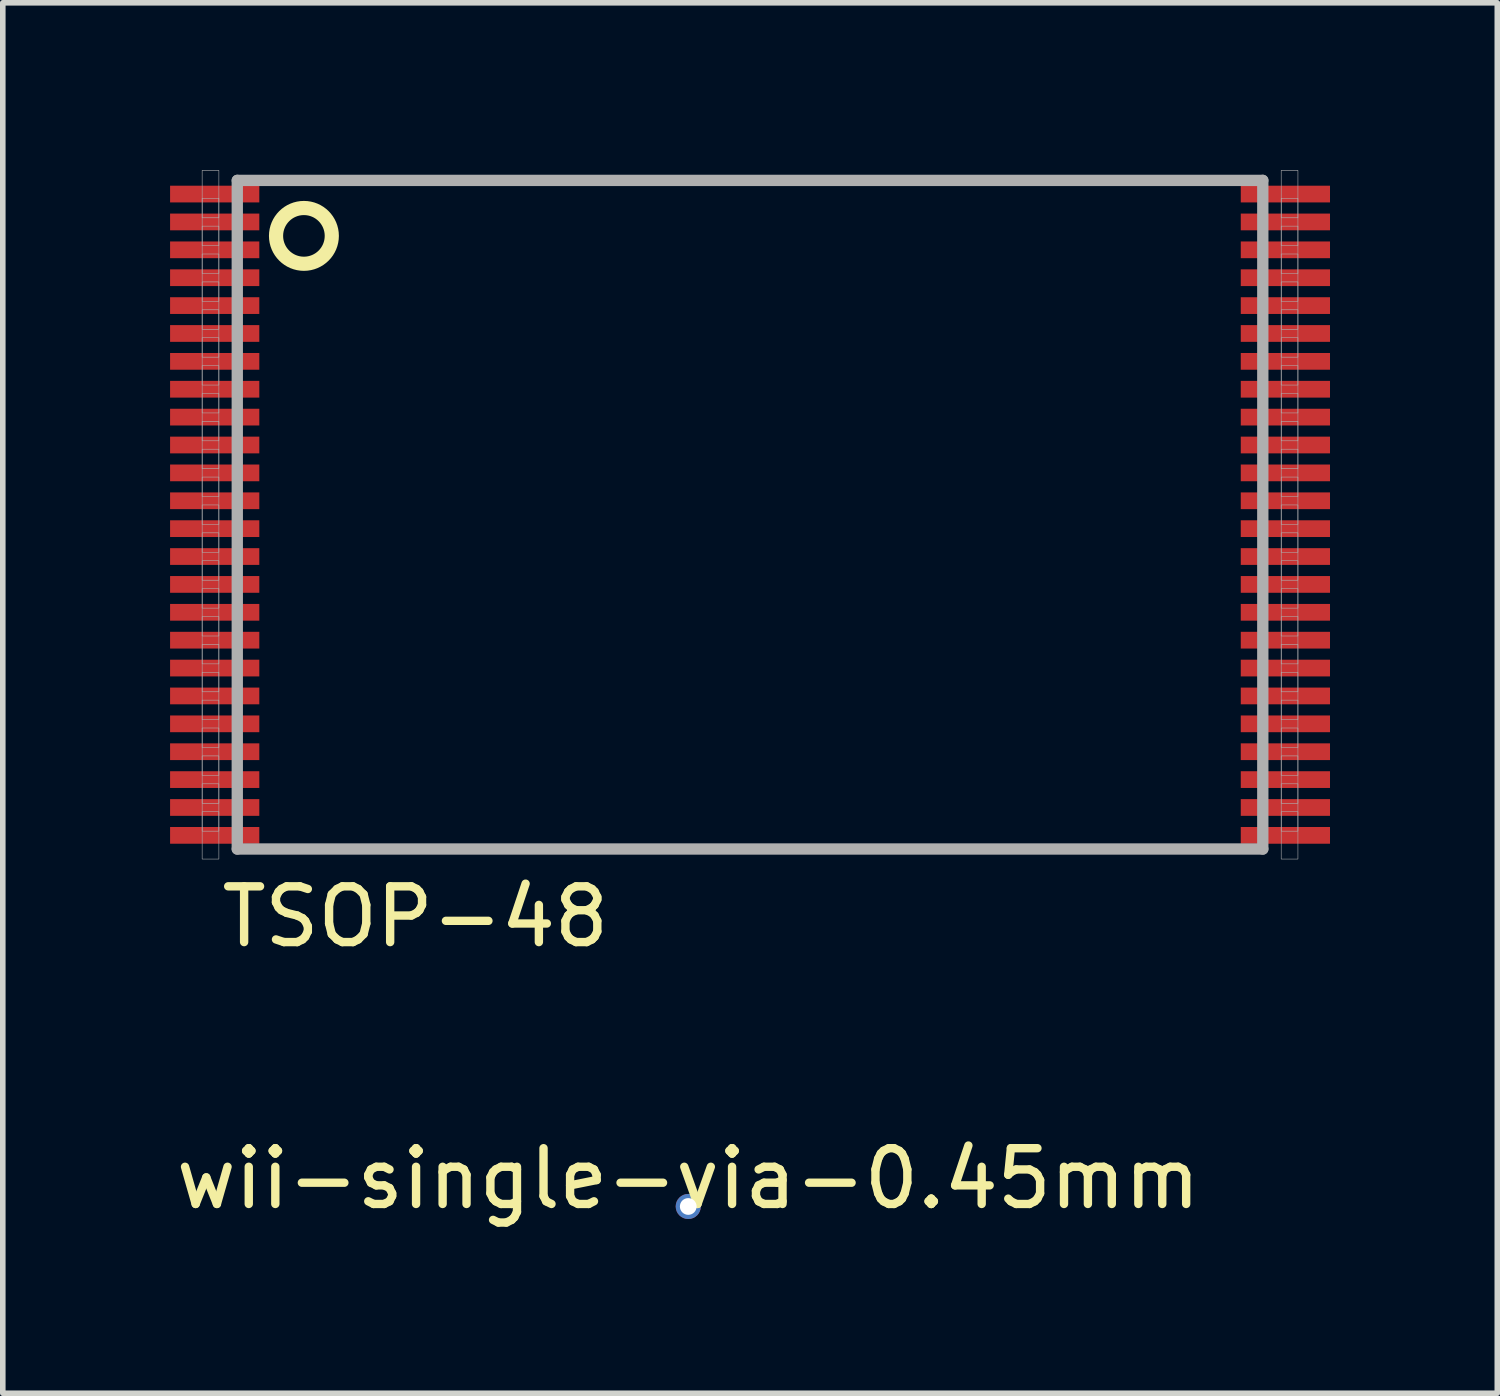
<source format=kicad_pcb>
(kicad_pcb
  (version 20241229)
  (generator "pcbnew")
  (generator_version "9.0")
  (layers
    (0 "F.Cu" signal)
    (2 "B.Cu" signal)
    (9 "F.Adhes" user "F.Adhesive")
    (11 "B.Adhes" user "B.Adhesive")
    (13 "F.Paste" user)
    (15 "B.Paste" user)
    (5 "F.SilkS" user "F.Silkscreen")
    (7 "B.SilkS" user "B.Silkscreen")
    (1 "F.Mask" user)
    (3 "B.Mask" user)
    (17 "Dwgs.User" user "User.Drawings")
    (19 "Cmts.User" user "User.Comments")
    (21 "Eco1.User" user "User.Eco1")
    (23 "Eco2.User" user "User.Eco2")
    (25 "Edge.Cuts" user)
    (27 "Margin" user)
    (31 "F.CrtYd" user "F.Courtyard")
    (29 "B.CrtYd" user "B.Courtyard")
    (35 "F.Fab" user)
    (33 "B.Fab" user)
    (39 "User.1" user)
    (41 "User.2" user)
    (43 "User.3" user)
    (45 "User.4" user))
  (footprint "TSOP-48"
    (layer "F.Cu")
    (at 11.13 6.15)
    (property "Reference" "TSOP-48" (at -6.731 7.239 0) (layer "F.SilkS") (effects (font (size 1 1) (thickness 0.15))))
    (attr through_hole)
    (fp_circle (center -8.73 -4.97) (end -8.23 -4.97) (stroke (width 0.254) (type solid)) (fill no) (layer "F.SilkS"))
    (fp_line (start -9.925 -5.965) (end 8.465 -5.965) (stroke (width 0.203) (type solid)) (layer "F.Fab"))
    (fp_line (start -9.925 6.025) (end -9.925 -5.965) (stroke (width 0.203) (type solid)) (layer "F.Fab"))
    (fp_line (start 8.465 -5.965) (end 8.465 6.025) (stroke (width 0.203) (type solid)) (layer "F.Fab"))
    (fp_line (start 8.465 6.025) (end -9.925 6.025) (stroke (width 0.203) (type solid)) (layer "F.Fab"))
    (fp_poly (pts (xy -10.555 -6.145) (xy -10.255 -6.145) (xy -10.255 -5.295) (xy -10.555 -5.295)) (stroke (width 0.01) (type solid)) (fill no) (layer "F.Fab"))
    (fp_poly (pts (xy -10.555 -5.645) (xy -10.255 -5.645) (xy -10.255 -4.795) (xy -10.555 -4.795)) (stroke (width 0.01) (type solid)) (fill no) (layer "F.Fab"))
    (fp_poly (pts (xy -10.555 -5.145) (xy -10.255 -5.145) (xy -10.255 -4.295) (xy -10.555 -4.295)) (stroke (width 0.01) (type solid)) (fill no) (layer "F.Fab"))
    (fp_poly (pts (xy -10.555 -4.645) (xy -10.255 -4.645) (xy -10.255 -3.795) (xy -10.555 -3.795)) (stroke (width 0.01) (type solid)) (fill no) (layer "F.Fab"))
    (fp_poly (pts (xy -10.555 -4.145) (xy -10.255 -4.145) (xy -10.255 -3.295) (xy -10.555 -3.295)) (stroke (width 0.01) (type solid)) (fill no) (layer "F.Fab"))
    (fp_poly (pts (xy -10.555 -3.645) (xy -10.255 -3.645) (xy -10.255 -2.795) (xy -10.555 -2.795)) (stroke (width 0.01) (type solid)) (fill no) (layer "F.Fab"))
    (fp_poly (pts (xy -10.555 -3.145) (xy -10.255 -3.145) (xy -10.255 -2.295) (xy -10.555 -2.295)) (stroke (width 0.01) (type solid)) (fill no) (layer "F.Fab"))
    (fp_poly (pts (xy -10.555 -2.645) (xy -10.255 -2.645) (xy -10.255 -1.795) (xy -10.555 -1.795)) (stroke (width 0.01) (type solid)) (fill no) (layer "F.Fab"))
    (fp_poly (pts (xy -10.555 -2.145) (xy -10.255 -2.145) (xy -10.255 -1.295) (xy -10.555 -1.295)) (stroke (width 0.01) (type solid)) (fill no) (layer "F.Fab"))
    (fp_poly (pts (xy -10.555 -1.645) (xy -10.255 -1.645) (xy -10.255 -0.795) (xy -10.555 -0.795)) (stroke (width 0.01) (type solid)) (fill no) (layer "F.Fab"))
    (fp_poly (pts (xy -10.555 -1.145) (xy -10.255 -1.145) (xy -10.255 -0.295) (xy -10.555 -0.295)) (stroke (width 0.01) (type solid)) (fill no) (layer "F.Fab"))
    (fp_poly (pts (xy -10.555 -0.645) (xy -10.255 -0.645) (xy -10.255 0.205) (xy -10.555 0.205)) (stroke (width 0.01) (type solid)) (fill no) (layer "F.Fab"))
    (fp_poly (pts (xy -10.555 -0.145) (xy -10.255 -0.145) (xy -10.255 0.705) (xy -10.555 0.705)) (stroke (width 0.01) (type solid)) (fill no) (layer "F.Fab"))
    (fp_poly (pts (xy -10.555 0.355) (xy -10.255 0.355) (xy -10.255 1.205) (xy -10.555 1.205)) (stroke (width 0.01) (type solid)) (fill no) (layer "F.Fab"))
    (fp_poly (pts (xy -10.555 0.855) (xy -10.255 0.855) (xy -10.255 1.705) (xy -10.555 1.705)) (stroke (width 0.01) (type solid)) (fill no) (layer "F.Fab"))
    (fp_poly (pts (xy -10.555 1.355) (xy -10.255 1.355) (xy -10.255 2.205) (xy -10.555 2.205)) (stroke (width 0.01) (type solid)) (fill no) (layer "F.Fab"))
    (fp_poly (pts (xy -10.555 1.855) (xy -10.255 1.855) (xy -10.255 2.705) (xy -10.555 2.705)) (stroke (width 0.01) (type solid)) (fill no) (layer "F.Fab"))
    (fp_poly (pts (xy -10.555 2.355) (xy -10.255 2.355) (xy -10.255 3.205) (xy -10.555 3.205)) (stroke (width 0.01) (type solid)) (fill no) (layer "F.Fab"))
    (fp_poly (pts (xy -10.555 2.855) (xy -10.255 2.855) (xy -10.255 3.705) (xy -10.555 3.705)) (stroke (width 0.01) (type solid)) (fill no) (layer "F.Fab"))
    (fp_poly (pts (xy -10.555 3.355) (xy -10.255 3.355) (xy -10.255 4.205) (xy -10.555 4.205)) (stroke (width 0.01) (type solid)) (fill no) (layer "F.Fab"))
    (fp_poly (pts (xy -10.555 3.855) (xy -10.255 3.855) (xy -10.255 4.705) (xy -10.555 4.705)) (stroke (width 0.01) (type solid)) (fill no) (layer "F.Fab"))
    (fp_poly (pts (xy -10.555 4.355) (xy -10.255 4.355) (xy -10.255 5.205) (xy -10.555 5.205)) (stroke (width 0.01) (type solid)) (fill no) (layer "F.Fab"))
    (fp_poly (pts (xy -10.555 4.855) (xy -10.255 4.855) (xy -10.255 5.705) (xy -10.555 5.705)) (stroke (width 0.01) (type solid)) (fill no) (layer "F.Fab"))
    (fp_poly (pts (xy -10.555 5.355) (xy -10.255 5.355) (xy -10.255 6.205) (xy -10.555 6.205)) (stroke (width 0.01) (type solid)) (fill no) (layer "F.Fab"))
    (fp_poly (pts (xy 8.795 -6.145) (xy 9.095 -6.145) (xy 9.095 -5.295) (xy 8.795 -5.295)) (stroke (width 0.01) (type solid)) (fill no) (layer "F.Fab"))
    (fp_poly (pts (xy 8.795 -5.645) (xy 9.095 -5.645) (xy 9.095 -4.795) (xy 8.795 -4.795)) (stroke (width 0.01) (type solid)) (fill no) (layer "F.Fab"))
    (fp_poly (pts (xy 8.795 -5.145) (xy 9.095 -5.145) (xy 9.095 -4.295) (xy 8.795 -4.295)) (stroke (width 0.01) (type solid)) (fill no) (layer "F.Fab"))
    (fp_poly (pts (xy 8.795 -4.645) (xy 9.095 -4.645) (xy 9.095 -3.795) (xy 8.795 -3.795)) (stroke (width 0.01) (type solid)) (fill no) (layer "F.Fab"))
    (fp_poly (pts (xy 8.795 -4.145) (xy 9.095 -4.145) (xy 9.095 -3.295) (xy 8.795 -3.295)) (stroke (width 0.01) (type solid)) (fill no) (layer "F.Fab"))
    (fp_poly (pts (xy 8.795 -3.645) (xy 9.095 -3.645) (xy 9.095 -2.795) (xy 8.795 -2.795)) (stroke (width 0.01) (type solid)) (fill no) (layer "F.Fab"))
    (fp_poly (pts (xy 8.795 -3.145) (xy 9.095 -3.145) (xy 9.095 -2.295) (xy 8.795 -2.295)) (stroke (width 0.01) (type solid)) (fill no) (layer "F.Fab"))
    (fp_poly (pts (xy 8.795 -2.645) (xy 9.095 -2.645) (xy 9.095 -1.795) (xy 8.795 -1.795)) (stroke (width 0.01) (type solid)) (fill no) (layer "F.Fab"))
    (fp_poly (pts (xy 8.795 -2.145) (xy 9.095 -2.145) (xy 9.095 -1.295) (xy 8.795 -1.295)) (stroke (width 0.01) (type solid)) (fill no) (layer "F.Fab"))
    (fp_poly (pts (xy 8.795 -1.645) (xy 9.095 -1.645) (xy 9.095 -0.795) (xy 8.795 -0.795)) (stroke (width 0.01) (type solid)) (fill no) (layer "F.Fab"))
    (fp_poly (pts (xy 8.795 -1.145) (xy 9.095 -1.145) (xy 9.095 -0.295) (xy 8.795 -0.295)) (stroke (width 0.01) (type solid)) (fill no) (layer "F.Fab"))
    (fp_poly (pts (xy 8.795 -0.645) (xy 9.095 -0.645) (xy 9.095 0.205) (xy 8.795 0.205)) (stroke (width 0.01) (type solid)) (fill no) (layer "F.Fab"))
    (fp_poly (pts (xy 8.795 -0.145) (xy 9.095 -0.145) (xy 9.095 0.705) (xy 8.795 0.705)) (stroke (width 0.01) (type solid)) (fill no) (layer "F.Fab"))
    (fp_poly (pts (xy 8.795 0.355) (xy 9.095 0.355) (xy 9.095 1.205) (xy 8.795 1.205)) (stroke (width 0.01) (type solid)) (fill no) (layer "F.Fab"))
    (fp_poly (pts (xy 8.795 0.855) (xy 9.095 0.855) (xy 9.095 1.705) (xy 8.795 1.705)) (stroke (width 0.01) (type solid)) (fill no) (layer "F.Fab"))
    (fp_poly (pts (xy 8.795 1.355) (xy 9.095 1.355) (xy 9.095 2.205) (xy 8.795 2.205)) (stroke (width 0.01) (type solid)) (fill no) (layer "F.Fab"))
    (fp_poly (pts (xy 8.795 1.855) (xy 9.095 1.855) (xy 9.095 2.705) (xy 8.795 2.705)) (stroke (width 0.01) (type solid)) (fill no) (layer "F.Fab"))
    (fp_poly (pts (xy 8.795 2.355) (xy 9.095 2.355) (xy 9.095 3.205) (xy 8.795 3.205)) (stroke (width 0.01) (type solid)) (fill no) (layer "F.Fab"))
    (fp_poly (pts (xy 8.795 2.855) (xy 9.095 2.855) (xy 9.095 3.705) (xy 8.795 3.705)) (stroke (width 0.01) (type solid)) (fill no) (layer "F.Fab"))
    (fp_poly (pts (xy 8.795 3.355) (xy 9.095 3.355) (xy 9.095 4.205) (xy 8.795 4.205)) (stroke (width 0.01) (type solid)) (fill no) (layer "F.Fab"))
    (fp_poly (pts (xy 8.795 3.855) (xy 9.095 3.855) (xy 9.095 4.705) (xy 8.795 4.705)) (stroke (width 0.01) (type solid)) (fill no) (layer "F.Fab"))
    (fp_poly (pts (xy 8.795 4.355) (xy 9.095 4.355) (xy 9.095 5.205) (xy 8.795 5.205)) (stroke (width 0.01) (type solid)) (fill no) (layer "F.Fab"))
    (fp_poly (pts (xy 8.795 4.855) (xy 9.095 4.855) (xy 9.095 5.705) (xy 8.795 5.705)) (stroke (width 0.01) (type solid)) (fill no) (layer "F.Fab"))
    (fp_poly (pts (xy 8.795 5.355) (xy 9.095 5.355) (xy 9.095 6.205) (xy 8.795 6.205)) (stroke (width 0.01) (type solid)) (fill no) (layer "F.Fab"))
    (pad "1" smd rect (at -10.33 -5.72) (size 1.6 0.3) (layers "F.Cu" "F.Mask" "F.Paste"))
    (pad "2" smd rect (at -10.33 -5.22) (size 1.6 0.3) (layers "F.Cu" "F.Mask" "F.Paste"))
    (pad "3" smd rect (at -10.33 -4.72) (size 1.6 0.3) (layers "F.Cu" "F.Mask" "F.Paste"))
    (pad "4" smd rect (at -10.33 -4.22) (size 1.6 0.3) (layers "F.Cu" "F.Mask" "F.Paste"))
    (pad "5" smd rect (at -10.33 -3.72) (size 1.6 0.3) (layers "F.Cu" "F.Mask" "F.Paste"))
    (pad "6" smd rect (at -10.33 -3.22) (size 1.6 0.3) (layers "F.Cu" "F.Mask" "F.Paste"))
    (pad "7" smd rect (at -10.33 -2.72) (size 1.6 0.3) (layers "F.Cu" "F.Mask" "F.Paste"))
    (pad "8" smd rect (at -10.33 -2.22) (size 1.6 0.3) (layers "F.Cu" "F.Mask" "F.Paste"))
    (pad "9" smd rect (at -10.33 -1.72) (size 1.6 0.3) (layers "F.Cu" "F.Mask" "F.Paste"))
    (pad "10" smd rect (at -10.33 -1.22) (size 1.6 0.3) (layers "F.Cu" "F.Mask" "F.Paste"))
    (pad "11" smd rect (at -10.33 -0.72) (size 1.6 0.3) (layers "F.Cu" "F.Mask" "F.Paste"))
    (pad "12" smd rect (at -10.33 -0.22) (size 1.6 0.3) (layers "F.Cu" "F.Mask" "F.Paste"))
    (pad "13" smd rect (at -10.33 0.28) (size 1.6 0.3) (layers "F.Cu" "F.Mask" "F.Paste"))
    (pad "14" smd rect (at -10.33 0.78) (size 1.6 0.3) (layers "F.Cu" "F.Mask" "F.Paste"))
    (pad "15" smd rect (at -10.33 1.28) (size 1.6 0.3) (layers "F.Cu" "F.Mask" "F.Paste"))
    (pad "16" smd rect (at -10.33 1.78) (size 1.6 0.3) (layers "F.Cu" "F.Mask" "F.Paste"))
    (pad "17" smd rect (at -10.33 2.28) (size 1.6 0.3) (layers "F.Cu" "F.Mask" "F.Paste"))
    (pad "18" smd rect (at -10.33 2.78) (size 1.6 0.3) (layers "F.Cu" "F.Mask" "F.Paste"))
    (pad "19" smd rect (at -10.33 3.28) (size 1.6 0.3) (layers "F.Cu" "F.Mask" "F.Paste"))
    (pad "20" smd rect (at -10.33 3.78) (size 1.6 0.3) (layers "F.Cu" "F.Mask" "F.Paste"))
    (pad "21" smd rect (at -10.33 4.28) (size 1.6 0.3) (layers "F.Cu" "F.Mask" "F.Paste"))
    (pad "22" smd rect (at -10.33 4.78) (size 1.6 0.3) (layers "F.Cu" "F.Mask" "F.Paste"))
    (pad "23" smd rect (at -10.33 5.28) (size 1.6 0.3) (layers "F.Cu" "F.Mask" "F.Paste"))
    (pad "24" smd rect (at -10.33 5.78) (size 1.6 0.3) (layers "F.Cu" "F.Mask" "F.Paste"))
    (pad "25" smd rect (at 8.87 5.78) (size 1.6 0.3) (layers "F.Cu" "F.Mask" "F.Paste"))
    (pad "26" smd rect (at 8.87 5.28) (size 1.6 0.3) (layers "F.Cu" "F.Mask" "F.Paste"))
    (pad "27" smd rect (at 8.87 4.78) (size 1.6 0.3) (layers "F.Cu" "F.Mask" "F.Paste"))
    (pad "28" smd rect (at 8.87 4.28) (size 1.6 0.3) (layers "F.Cu" "F.Mask" "F.Paste"))
    (pad "29" smd rect (at 8.87 3.78) (size 1.6 0.3) (layers "F.Cu" "F.Mask" "F.Paste"))
    (pad "30" smd rect (at 8.87 3.28) (size 1.6 0.3) (layers "F.Cu" "F.Mask" "F.Paste"))
    (pad "31" smd rect (at 8.87 2.78) (size 1.6 0.3) (layers "F.Cu" "F.Mask" "F.Paste"))
    (pad "32" smd rect (at 8.87 2.28) (size 1.6 0.3) (layers "F.Cu" "F.Mask" "F.Paste"))
    (pad "33" smd rect (at 8.87 1.78) (size 1.6 0.3) (layers "F.Cu" "F.Mask" "F.Paste"))
    (pad "34" smd rect (at 8.87 1.28) (size 1.6 0.3) (layers "F.Cu" "F.Mask" "F.Paste"))
    (pad "35" smd rect (at 8.87 0.78) (size 1.6 0.3) (layers "F.Cu" "F.Mask" "F.Paste"))
    (pad "36" smd rect (at 8.87 0.28) (size 1.6 0.3) (layers "F.Cu" "F.Mask" "F.Paste"))
    (pad "37" smd rect (at 8.87 -0.22) (size 1.6 0.3) (layers "F.Cu" "F.Mask" "F.Paste"))
    (pad "38" smd rect (at 8.87 -0.72) (size 1.6 0.3) (layers "F.Cu" "F.Mask" "F.Paste"))
    (pad "39" smd rect (at 8.87 -1.22) (size 1.6 0.3) (layers "F.Cu" "F.Mask" "F.Paste"))
    (pad "40" smd rect (at 8.87 -1.72) (size 1.6 0.3) (layers "F.Cu" "F.Mask" "F.Paste"))
    (pad "41" smd rect (at 8.87 -2.22) (size 1.6 0.3) (layers "F.Cu" "F.Mask" "F.Paste"))
    (pad "42" smd rect (at 8.87 -2.72) (size 1.6 0.3) (layers "F.Cu" "F.Mask" "F.Paste"))
    (pad "43" smd rect (at 8.87 -3.22) (size 1.6 0.3) (layers "F.Cu" "F.Mask" "F.Paste"))
    (pad "44" smd rect (at 8.87 -3.72) (size 1.6 0.3) (layers "F.Cu" "F.Mask" "F.Paste"))
    (pad "45" smd rect (at 8.87 -4.22) (size 1.6 0.3) (layers "F.Cu" "F.Mask" "F.Paste"))
    (pad "46" smd rect (at 8.87 -4.72) (size 1.6 0.3) (layers "F.Cu" "F.Mask" "F.Paste"))
    (pad "47" smd rect (at 8.87 -5.22) (size 1.6 0.3) (layers "F.Cu" "F.Mask" "F.Paste"))
    (pad "48" smd rect (at 8.87 -5.72) (size 1.6 0.3) (layers "F.Cu" "F.Mask" "F.Paste")))
  (footprint "wii-single-via-0.45mm"
    (layer "F.Cu")
    (at 9.292 18.585)
    (property "Reference" "wii-single-via-0.45mm" (at 0 -0.5 0) (unlocked yes) (layer "F.SilkS") (effects (font (size 1 1) (thickness 0.15))))
    (pad "1" thru_hole circle (at 0 0 270) (size 0.45 0.45) (drill 0.3) (layers "*.Cu" "*.Mask")))
  (gr_rect
    (start -3 -3)
    (end 23.8 21.934)
    (stroke (width 0.1) (type default))
    (fill no)
    (layer "Edge.Cuts")))
</source>
